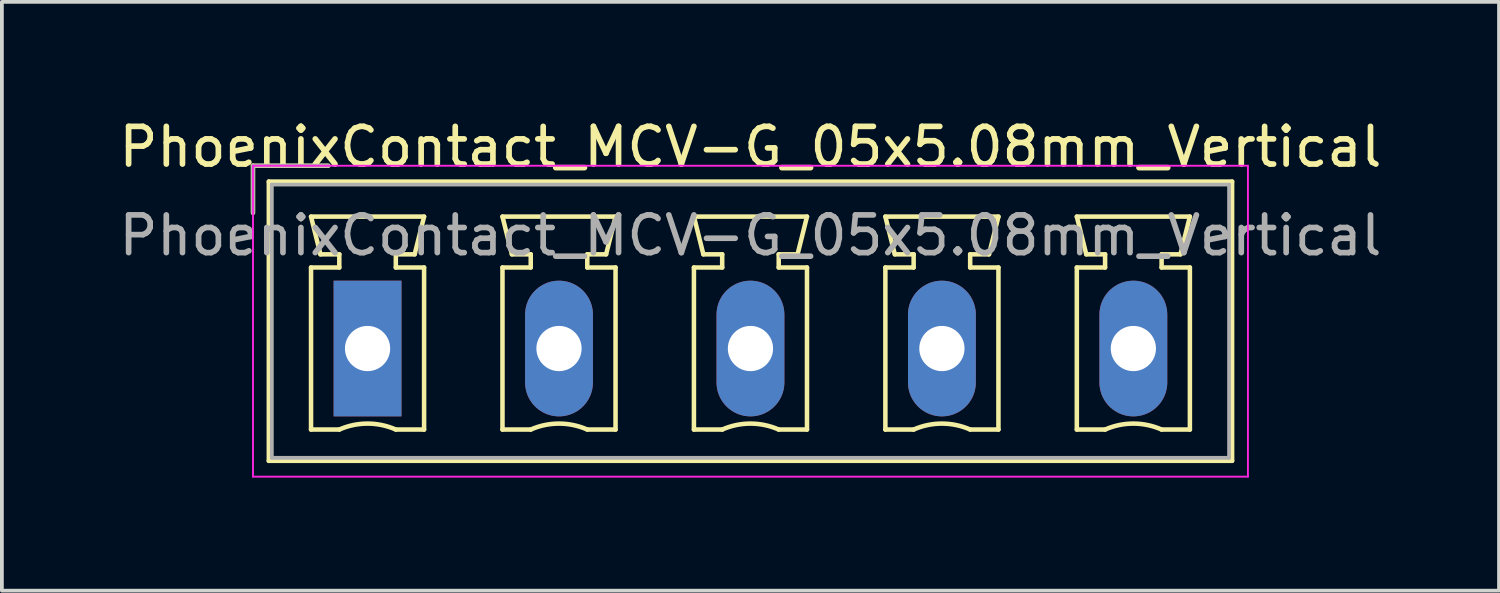
<source format=kicad_pcb>
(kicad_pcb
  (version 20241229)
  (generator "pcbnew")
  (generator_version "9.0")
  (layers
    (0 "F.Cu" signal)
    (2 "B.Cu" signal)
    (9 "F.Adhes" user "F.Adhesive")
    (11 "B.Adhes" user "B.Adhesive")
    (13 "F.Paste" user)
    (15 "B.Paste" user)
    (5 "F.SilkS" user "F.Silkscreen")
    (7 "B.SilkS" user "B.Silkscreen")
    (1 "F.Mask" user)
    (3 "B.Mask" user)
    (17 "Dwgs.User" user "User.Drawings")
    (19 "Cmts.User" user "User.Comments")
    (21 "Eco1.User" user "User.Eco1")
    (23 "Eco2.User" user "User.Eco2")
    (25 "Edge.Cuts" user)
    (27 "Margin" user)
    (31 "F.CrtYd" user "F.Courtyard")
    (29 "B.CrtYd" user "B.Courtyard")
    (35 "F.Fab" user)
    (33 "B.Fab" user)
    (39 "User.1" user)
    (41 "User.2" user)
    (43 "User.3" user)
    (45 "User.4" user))
  (footprint "PhoenixContact_MCV-G_05x5.08mm_Vertical"
    (layer "F.Cu")
    (at 6.703 6.198)
    (property "Reference" "PhoenixContact_MCV-G_05x5.08mm_Vertical" (at 10.16 -5.35 0) (layer "F.SilkS") (effects (font (size 1 1) (thickness 0.15))))
    (attr through_hole)
    (fp_line (start -3.04 -4.85) (end -1.04 -4.85) (stroke (width 0.12) (type solid)) (layer "F.SilkS"))
    (fp_line (start -3.04 -3.6) (end -3.04 -4.85) (stroke (width 0.12) (type solid)) (layer "F.SilkS"))
    (fp_line (start -2.62 -4.43) (end -2.62 2.98) (stroke (width 0.12) (type solid)) (layer "F.SilkS"))
    (fp_line (start -2.62 2.98) (end 22.94 2.98) (stroke (width 0.12) (type solid)) (layer "F.SilkS"))
    (fp_line (start -1.5 -3.5) (end 1.5 -3.5) (stroke (width 0.12) (type solid)) (layer "F.SilkS"))
    (fp_line (start -1.5 -2.15) (end -0.75 -2.15) (stroke (width 0.12) (type solid)) (layer "F.SilkS"))
    (fp_line (start -1.5 2.15) (end -1.5 -2.15) (stroke (width 0.12) (type solid)) (layer "F.SilkS"))
    (fp_line (start -1.25 -2.5) (end -1.5 -3.5) (stroke (width 0.12) (type solid)) (layer "F.SilkS"))
    (fp_line (start -0.75 -2.5) (end -1.25 -2.5) (stroke (width 0.12) (type solid)) (layer "F.SilkS"))
    (fp_line (start -0.75 -2.15) (end -0.75 -2.5) (stroke (width 0.12) (type solid)) (layer "F.SilkS"))
    (fp_line (start -0.75 2.15) (end -1.5 2.15) (stroke (width 0.12) (type solid)) (layer "F.SilkS"))
    (fp_line (start 0.75 -2.5) (end 0.75 -2.15) (stroke (width 0.12) (type solid)) (layer "F.SilkS"))
    (fp_line (start 0.75 -2.15) (end 1.5 -2.15) (stroke (width 0.12) (type solid)) (layer "F.SilkS"))
    (fp_line (start 1.25 -2.5) (end 0.75 -2.5) (stroke (width 0.12) (type solid)) (layer "F.SilkS"))
    (fp_line (start 1.5 -3.5) (end 1.25 -2.5) (stroke (width 0.12) (type solid)) (layer "F.SilkS"))
    (fp_line (start 1.5 -2.15) (end 1.5 2.15) (stroke (width 0.12) (type solid)) (layer "F.SilkS"))
    (fp_line (start 1.5 2.15) (end 0.75 2.15) (stroke (width 0.12) (type solid)) (layer "F.SilkS"))
    (fp_line (start 3.58 -3.5) (end 6.58 -3.5) (stroke (width 0.12) (type solid)) (layer "F.SilkS"))
    (fp_line (start 3.58 -2.15) (end 4.33 -2.15) (stroke (width 0.12) (type solid)) (layer "F.SilkS"))
    (fp_line (start 3.58 2.15) (end 3.58 -2.15) (stroke (width 0.12) (type solid)) (layer "F.SilkS"))
    (fp_line (start 3.83 -2.5) (end 3.58 -3.5) (stroke (width 0.12) (type solid)) (layer "F.SilkS"))
    (fp_line (start 4.33 -2.5) (end 3.83 -2.5) (stroke (width 0.12) (type solid)) (layer "F.SilkS"))
    (fp_line (start 4.33 -2.15) (end 4.33 -2.5) (stroke (width 0.12) (type solid)) (layer "F.SilkS"))
    (fp_line (start 4.33 2.15) (end 3.58 2.15) (stroke (width 0.12) (type solid)) (layer "F.SilkS"))
    (fp_line (start 5.83 -2.5) (end 5.83 -2.15) (stroke (width 0.12) (type solid)) (layer "F.SilkS"))
    (fp_line (start 5.83 -2.15) (end 6.58 -2.15) (stroke (width 0.12) (type solid)) (layer "F.SilkS"))
    (fp_line (start 6.33 -2.5) (end 5.83 -2.5) (stroke (width 0.12) (type solid)) (layer "F.SilkS"))
    (fp_line (start 6.58 -3.5) (end 6.33 -2.5) (stroke (width 0.12) (type solid)) (layer "F.SilkS"))
    (fp_line (start 6.58 -2.15) (end 6.58 2.15) (stroke (width 0.12) (type solid)) (layer "F.SilkS"))
    (fp_line (start 6.58 2.15) (end 5.83 2.15) (stroke (width 0.12) (type solid)) (layer "F.SilkS"))
    (fp_line (start 8.66 -3.5) (end 11.66 -3.5) (stroke (width 0.12) (type solid)) (layer "F.SilkS"))
    (fp_line (start 8.66 -2.15) (end 9.41 -2.15) (stroke (width 0.12) (type solid)) (layer "F.SilkS"))
    (fp_line (start 8.66 2.15) (end 8.66 -2.15) (stroke (width 0.12) (type solid)) (layer "F.SilkS"))
    (fp_line (start 8.91 -2.5) (end 8.66 -3.5) (stroke (width 0.12) (type solid)) (layer "F.SilkS"))
    (fp_line (start 9.41 -2.5) (end 8.91 -2.5) (stroke (width 0.12) (type solid)) (layer "F.SilkS"))
    (fp_line (start 9.41 -2.15) (end 9.41 -2.5) (stroke (width 0.12) (type solid)) (layer "F.SilkS"))
    (fp_line (start 9.41 2.15) (end 8.66 2.15) (stroke (width 0.12) (type solid)) (layer "F.SilkS"))
    (fp_line (start 10.91 -2.5) (end 10.91 -2.15) (stroke (width 0.12) (type solid)) (layer "F.SilkS"))
    (fp_line (start 10.91 -2.15) (end 11.66 -2.15) (stroke (width 0.12) (type solid)) (layer "F.SilkS"))
    (fp_line (start 11.41 -2.5) (end 10.91 -2.5) (stroke (width 0.12) (type solid)) (layer "F.SilkS"))
    (fp_line (start 11.66 -3.5) (end 11.41 -2.5) (stroke (width 0.12) (type solid)) (layer "F.SilkS"))
    (fp_line (start 11.66 -2.15) (end 11.66 2.15) (stroke (width 0.12) (type solid)) (layer "F.SilkS"))
    (fp_line (start 11.66 2.15) (end 10.91 2.15) (stroke (width 0.12) (type solid)) (layer "F.SilkS"))
    (fp_line (start 13.74 -3.5) (end 16.74 -3.5) (stroke (width 0.12) (type solid)) (layer "F.SilkS"))
    (fp_line (start 13.74 -2.15) (end 14.49 -2.15) (stroke (width 0.12) (type solid)) (layer "F.SilkS"))
    (fp_line (start 13.74 2.15) (end 13.74 -2.15) (stroke (width 0.12) (type solid)) (layer "F.SilkS"))
    (fp_line (start 13.99 -2.5) (end 13.74 -3.5) (stroke (width 0.12) (type solid)) (layer "F.SilkS"))
    (fp_line (start 14.49 -2.5) (end 13.99 -2.5) (stroke (width 0.12) (type solid)) (layer "F.SilkS"))
    (fp_line (start 14.49 -2.15) (end 14.49 -2.5) (stroke (width 0.12) (type solid)) (layer "F.SilkS"))
    (fp_line (start 14.49 2.15) (end 13.74 2.15) (stroke (width 0.12) (type solid)) (layer "F.SilkS"))
    (fp_line (start 15.99 -2.5) (end 15.99 -2.15) (stroke (width 0.12) (type solid)) (layer "F.SilkS"))
    (fp_line (start 15.99 -2.15) (end 16.74 -2.15) (stroke (width 0.12) (type solid)) (layer "F.SilkS"))
    (fp_line (start 16.49 -2.5) (end 15.99 -2.5) (stroke (width 0.12) (type solid)) (layer "F.SilkS"))
    (fp_line (start 16.74 -3.5) (end 16.49 -2.5) (stroke (width 0.12) (type solid)) (layer "F.SilkS"))
    (fp_line (start 16.74 -2.15) (end 16.74 2.15) (stroke (width 0.12) (type solid)) (layer "F.SilkS"))
    (fp_line (start 16.74 2.15) (end 15.99 2.15) (stroke (width 0.12) (type solid)) (layer "F.SilkS"))
    (fp_line (start 18.82 -3.5) (end 21.82 -3.5) (stroke (width 0.12) (type solid)) (layer "F.SilkS"))
    (fp_line (start 18.82 -2.15) (end 19.57 -2.15) (stroke (width 0.12) (type solid)) (layer "F.SilkS"))
    (fp_line (start 18.82 2.15) (end 18.82 -2.15) (stroke (width 0.12) (type solid)) (layer "F.SilkS"))
    (fp_line (start 19.07 -2.5) (end 18.82 -3.5) (stroke (width 0.12) (type solid)) (layer "F.SilkS"))
    (fp_line (start 19.57 -2.5) (end 19.07 -2.5) (stroke (width 0.12) (type solid)) (layer "F.SilkS"))
    (fp_line (start 19.57 -2.15) (end 19.57 -2.5) (stroke (width 0.12) (type solid)) (layer "F.SilkS"))
    (fp_line (start 19.57 2.15) (end 18.82 2.15) (stroke (width 0.12) (type solid)) (layer "F.SilkS"))
    (fp_line (start 21.07 -2.5) (end 21.07 -2.15) (stroke (width 0.12) (type solid)) (layer "F.SilkS"))
    (fp_line (start 21.07 -2.15) (end 21.82 -2.15) (stroke (width 0.12) (type solid)) (layer "F.SilkS"))
    (fp_line (start 21.57 -2.5) (end 21.07 -2.5) (stroke (width 0.12) (type solid)) (layer "F.SilkS"))
    (fp_line (start 21.82 -3.5) (end 21.57 -2.5) (stroke (width 0.12) (type solid)) (layer "F.SilkS"))
    (fp_line (start 21.82 -2.15) (end 21.82 2.15) (stroke (width 0.12) (type solid)) (layer "F.SilkS"))
    (fp_line (start 21.82 2.15) (end 21.07 2.15) (stroke (width 0.12) (type solid)) (layer "F.SilkS"))
    (fp_line (start 22.94 -4.43) (end -2.62 -4.43) (stroke (width 0.12) (type solid)) (layer "F.SilkS"))
    (fp_line (start 22.94 2.98) (end 22.94 -4.43) (stroke (width 0.12) (type solid)) (layer "F.SilkS"))
    (fp_arc (start -0.75 2.15) (mid -0.000193 1.99191) (end 0.749647 2.149844) (stroke (width 0.12) (type solid)) (layer "F.SilkS"))
    (fp_arc (start 4.33 2.15) (mid 5.079807 1.99191) (end 5.829647 2.149844) (stroke (width 0.12) (type solid)) (layer "F.SilkS"))
    (fp_arc (start 9.41 2.15) (mid 10.159807 1.99191) (end 10.909647 2.149844) (stroke (width 0.12) (type solid)) (layer "F.SilkS"))
    (fp_arc (start 14.49 2.15) (mid 15.239807 1.99191) (end 15.989647 2.149844) (stroke (width 0.12) (type solid)) (layer "F.SilkS"))
    (fp_arc (start 19.57 2.15) (mid 20.319807 1.99191) (end 21.069647 2.149844) (stroke (width 0.12) (type solid)) (layer "F.SilkS"))
    (fp_line (start -3.04 -4.85) (end -3.04 3.4) (stroke (width 0.05) (type solid)) (layer "F.CrtYd"))
    (fp_line (start -3.04 3.4) (end 23.36 3.4) (stroke (width 0.05) (type solid)) (layer "F.CrtYd"))
    (fp_line (start 23.36 -4.85) (end -3.04 -4.85) (stroke (width 0.05) (type solid)) (layer "F.CrtYd"))
    (fp_line (start 23.36 3.4) (end 23.36 -4.85) (stroke (width 0.05) (type solid)) (layer "F.CrtYd"))
    (fp_line (start -3.04 -4.85) (end -1.04 -4.85) (stroke (width 0.1) (type solid)) (layer "F.Fab"))
    (fp_line (start -3.04 -3.6) (end -3.04 -4.85) (stroke (width 0.1) (type solid)) (layer "F.Fab"))
    (fp_line (start -2.54 -4.35) (end -2.54 2.9) (stroke (width 0.1) (type solid)) (layer "F.Fab"))
    (fp_line (start -2.54 2.9) (end 22.86 2.9) (stroke (width 0.1) (type solid)) (layer "F.Fab"))
    (fp_line (start 22.86 -4.35) (end -2.54 -4.35) (stroke (width 0.1) (type solid)) (layer "F.Fab"))
    (fp_line (start 22.86 2.9) (end 22.86 -4.35) (stroke (width 0.1) (type solid)) (layer "F.Fab"))
    (fp_text user "${REFERENCE}" (at 10.16 -3 0) (layer "F.Fab") (effects (font (size 1 1) (thickness 0.15))))
    (pad "1" thru_hole rect (at 0 0) (size 1.8 3.6) (drill 1.2) (layers "*.Cu" "*.Mask"))
    (pad "2" thru_hole oval (at 5.08 0) (size 1.8 3.6) (drill 1.2) (layers "*.Cu" "*.Mask"))
    (pad "3" thru_hole oval (at 10.16 0) (size 1.8 3.6) (drill 1.2) (layers "*.Cu" "*.Mask"))
    (pad "4" thru_hole oval (at 15.24 0) (size 1.8 3.6) (drill 1.2) (layers "*.Cu" "*.Mask"))
    (pad "5" thru_hole oval (at 20.32 0) (size 1.8 3.6) (drill 1.2) (layers "*.Cu" "*.Mask")))
  (gr_rect
    (start -3 -3)
    (end 36.726 12.623)
    (stroke (width 0.1) (type default))
    (fill no)
    (layer "Edge.Cuts")))
</source>
